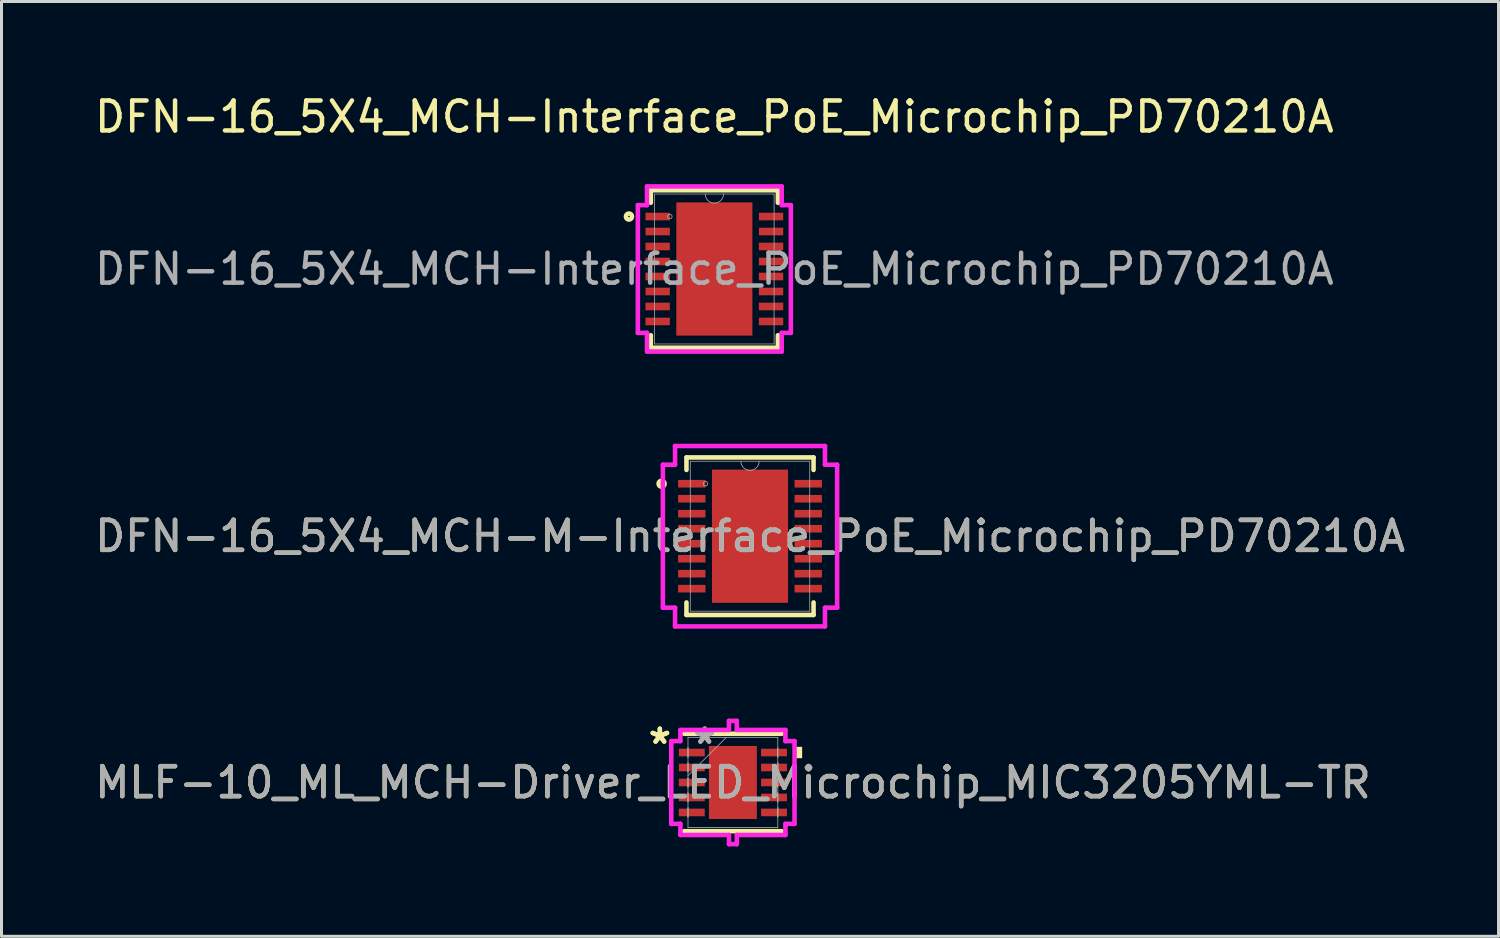
<source format=kicad_pcb>
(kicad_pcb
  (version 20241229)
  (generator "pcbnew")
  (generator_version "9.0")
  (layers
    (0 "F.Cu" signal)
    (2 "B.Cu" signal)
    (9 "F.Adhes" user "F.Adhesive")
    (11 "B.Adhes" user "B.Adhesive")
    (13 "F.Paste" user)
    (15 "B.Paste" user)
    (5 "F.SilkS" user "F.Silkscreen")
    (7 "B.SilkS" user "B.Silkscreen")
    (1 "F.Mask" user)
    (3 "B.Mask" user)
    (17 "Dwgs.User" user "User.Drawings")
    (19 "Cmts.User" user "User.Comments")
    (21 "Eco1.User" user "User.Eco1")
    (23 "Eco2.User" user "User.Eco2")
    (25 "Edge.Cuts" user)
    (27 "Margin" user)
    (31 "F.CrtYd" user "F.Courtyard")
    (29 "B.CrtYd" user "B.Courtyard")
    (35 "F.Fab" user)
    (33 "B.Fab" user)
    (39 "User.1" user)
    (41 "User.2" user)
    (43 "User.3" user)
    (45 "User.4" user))
  (footprint "MLF-10_ML_MCH-Driver_LED_Microchip_MIC3205YML-TR"
    (layer "F.Cu")
    (at 21.411 23.066)
    (property "Reference" "MLF-10_ML_MCH-Driver_LED_Microchip_MIC3205YML-TR" (at 0 0 0) (unlocked yes) (layer "F.SilkS") (effects (font (size 1 1) (thickness 0.15))))
    (attr smd)
    (fp_line (start -1.626 1.626) (end 1.626 1.626) (stroke (width 0.152) (type solid)) (layer "F.SilkS"))
    (fp_line (start 1.626 -1.626) (end -1.626 -1.626) (stroke (width 0.152) (type solid)) (layer "F.SilkS"))
    (fp_poly (pts (xy 2.311 -1.191) (xy 2.311 -0.81) (xy 2.057 -0.81) (xy 2.057 -1.191)) (stroke (width 0) (type solid)) (fill yes) (layer "F.SilkS"))
    (fp_line (start -2.057 -1.381) (end -1.753 -1.381) (stroke (width 0.152) (type solid)) (layer "F.CrtYd"))
    (fp_line (start -2.057 1.381) (end -2.057 -1.381) (stroke (width 0.152) (type solid)) (layer "F.CrtYd"))
    (fp_line (start -1.753 -1.753) (end -0.131 -1.753) (stroke (width 0.152) (type solid)) (layer "F.CrtYd"))
    (fp_line (start -1.753 -1.381) (end -1.753 -1.753) (stroke (width 0.152) (type solid)) (layer "F.CrtYd"))
    (fp_line (start -1.753 1.381) (end -2.057 1.381) (stroke (width 0.152) (type solid)) (layer "F.CrtYd"))
    (fp_line (start -1.753 1.753) (end -1.753 1.381) (stroke (width 0.152) (type solid)) (layer "F.CrtYd"))
    (fp_line (start -0.131 -2.057) (end 0.131 -2.057) (stroke (width 0.152) (type solid)) (layer "F.CrtYd"))
    (fp_line (start -0.131 -1.753) (end -0.131 -2.057) (stroke (width 0.152) (type solid)) (layer "F.CrtYd"))
    (fp_line (start -0.131 1.753) (end -1.753 1.753) (stroke (width 0.152) (type solid)) (layer "F.CrtYd"))
    (fp_line (start -0.131 2.057) (end -0.131 1.753) (stroke (width 0.152) (type solid)) (layer "F.CrtYd"))
    (fp_line (start 0.131 -2.057) (end 0.131 -1.753) (stroke (width 0.152) (type solid)) (layer "F.CrtYd"))
    (fp_line (start 0.131 -1.753) (end 1.753 -1.753) (stroke (width 0.152) (type solid)) (layer "F.CrtYd"))
    (fp_line (start 0.131 1.753) (end 0.131 2.057) (stroke (width 0.152) (type solid)) (layer "F.CrtYd"))
    (fp_line (start 0.131 2.057) (end -0.131 2.057) (stroke (width 0.152) (type solid)) (layer "F.CrtYd"))
    (fp_line (start 1.753 -1.753) (end 1.753 -1.381) (stroke (width 0.152) (type solid)) (layer "F.CrtYd"))
    (fp_line (start 1.753 -1.381) (end 2.057 -1.381) (stroke (width 0.152) (type solid)) (layer "F.CrtYd"))
    (fp_line (start 1.753 1.381) (end 1.753 1.753) (stroke (width 0.152) (type solid)) (layer "F.CrtYd"))
    (fp_line (start 1.753 1.753) (end 0.131 1.753) (stroke (width 0.152) (type solid)) (layer "F.CrtYd"))
    (fp_line (start 2.057 -1.381) (end 2.057 1.381) (stroke (width 0.152) (type solid)) (layer "F.CrtYd"))
    (fp_line (start 2.057 1.381) (end 1.753 1.381) (stroke (width 0.152) (type solid)) (layer "F.CrtYd"))
    (fp_line (start -1.499 -1.499) (end -1.499 -1.499) (stroke (width 0.025) (type solid)) (layer "F.Fab"))
    (fp_line (start -1.499 -1.499) (end -1.499 1.499) (stroke (width 0.025) (type solid)) (layer "F.Fab"))
    (fp_line (start -1.499 -1.152) (end -1.499 -1.152) (stroke (width 0.025) (type solid)) (layer "F.Fab"))
    (fp_line (start -1.499 -1.152) (end -1.499 -0.848) (stroke (width 0.025) (type solid)) (layer "F.Fab"))
    (fp_line (start -1.499 -0.848) (end -1.499 -1.152) (stroke (width 0.025) (type solid)) (layer "F.Fab"))
    (fp_line (start -1.499 -0.848) (end -1.499 -0.848) (stroke (width 0.025) (type solid)) (layer "F.Fab"))
    (fp_line (start -1.499 -0.652) (end -1.499 -0.652) (stroke (width 0.025) (type solid)) (layer "F.Fab"))
    (fp_line (start -1.499 -0.652) (end -1.499 -0.348) (stroke (width 0.025) (type solid)) (layer "F.Fab"))
    (fp_line (start -1.499 -0.348) (end -1.499 -0.652) (stroke (width 0.025) (type solid)) (layer "F.Fab"))
    (fp_line (start -1.499 -0.348) (end -1.499 -0.348) (stroke (width 0.025) (type solid)) (layer "F.Fab"))
    (fp_line (start -1.499 -0.229) (end -0.229 -1.499) (stroke (width 0.025) (type solid)) (layer "F.Fab"))
    (fp_line (start -1.499 -0.152) (end -1.499 -0.152) (stroke (width 0.025) (type solid)) (layer "F.Fab"))
    (fp_line (start -1.499 -0.152) (end -1.499 0.152) (stroke (width 0.025) (type solid)) (layer "F.Fab"))
    (fp_line (start -1.499 0.152) (end -1.499 -0.152) (stroke (width 0.025) (type solid)) (layer "F.Fab"))
    (fp_line (start -1.499 0.152) (end -1.499 0.152) (stroke (width 0.025) (type solid)) (layer "F.Fab"))
    (fp_line (start -1.499 0.348) (end -1.499 0.348) (stroke (width 0.025) (type solid)) (layer "F.Fab"))
    (fp_line (start -1.499 0.348) (end -1.499 0.652) (stroke (width 0.025) (type solid)) (layer "F.Fab"))
    (fp_line (start -1.499 0.652) (end -1.499 0.348) (stroke (width 0.025) (type solid)) (layer "F.Fab"))
    (fp_line (start -1.499 0.652) (end -1.499 0.652) (stroke (width 0.025) (type solid)) (layer "F.Fab"))
    (fp_line (start -1.499 0.848) (end -1.499 0.848) (stroke (width 0.025) (type solid)) (layer "F.Fab"))
    (fp_line (start -1.499 0.848) (end -1.499 1.152) (stroke (width 0.025) (type solid)) (layer "F.Fab"))
    (fp_line (start -1.499 1.152) (end -1.499 0.848) (stroke (width 0.025) (type solid)) (layer "F.Fab"))
    (fp_line (start -1.499 1.152) (end -1.499 1.152) (stroke (width 0.025) (type solid)) (layer "F.Fab"))
    (fp_line (start -1.499 1.499) (end -1.499 1.499) (stroke (width 0.025) (type solid)) (layer "F.Fab"))
    (fp_line (start -1.499 1.499) (end 1.499 1.499) (stroke (width 0.025) (type solid)) (layer "F.Fab"))
    (fp_line (start 1.499 -1.499) (end -1.499 -1.499) (stroke (width 0.025) (type solid)) (layer "F.Fab"))
    (fp_line (start 1.499 -1.499) (end 1.499 -1.499) (stroke (width 0.025) (type solid)) (layer "F.Fab"))
    (fp_line (start 1.499 -1.152) (end 1.499 -1.152) (stroke (width 0.025) (type solid)) (layer "F.Fab"))
    (fp_line (start 1.499 -1.152) (end 1.499 -0.848) (stroke (width 0.025) (type solid)) (layer "F.Fab"))
    (fp_line (start 1.499 -0.848) (end 1.499 -1.152) (stroke (width 0.025) (type solid)) (layer "F.Fab"))
    (fp_line (start 1.499 -0.848) (end 1.499 -0.848) (stroke (width 0.025) (type solid)) (layer "F.Fab"))
    (fp_line (start 1.499 -0.652) (end 1.499 -0.652) (stroke (width 0.025) (type solid)) (layer "F.Fab"))
    (fp_line (start 1.499 -0.652) (end 1.499 -0.348) (stroke (width 0.025) (type solid)) (layer "F.Fab"))
    (fp_line (start 1.499 -0.348) (end 1.499 -0.652) (stroke (width 0.025) (type solid)) (layer "F.Fab"))
    (fp_line (start 1.499 -0.348) (end 1.499 -0.348) (stroke (width 0.025) (type solid)) (layer "F.Fab"))
    (fp_line (start 1.499 -0.152) (end 1.499 -0.152) (stroke (width 0.025) (type solid)) (layer "F.Fab"))
    (fp_line (start 1.499 -0.152) (end 1.499 0.152) (stroke (width 0.025) (type solid)) (layer "F.Fab"))
    (fp_line (start 1.499 0.152) (end 1.499 -0.152) (stroke (width 0.025) (type solid)) (layer "F.Fab"))
    (fp_line (start 1.499 0.152) (end 1.499 0.152) (stroke (width 0.025) (type solid)) (layer "F.Fab"))
    (fp_line (start 1.499 0.348) (end 1.499 0.348) (stroke (width 0.025) (type solid)) (layer "F.Fab"))
    (fp_line (start 1.499 0.348) (end 1.499 0.652) (stroke (width 0.025) (type solid)) (layer "F.Fab"))
    (fp_line (start 1.499 0.652) (end 1.499 0.348) (stroke (width 0.025) (type solid)) (layer "F.Fab"))
    (fp_line (start 1.499 0.652) (end 1.499 0.652) (stroke (width 0.025) (type solid)) (layer "F.Fab"))
    (fp_line (start 1.499 0.848) (end 1.499 0.848) (stroke (width 0.025) (type solid)) (layer "F.Fab"))
    (fp_line (start 1.499 0.848) (end 1.499 1.152) (stroke (width 0.025) (type solid)) (layer "F.Fab"))
    (fp_line (start 1.499 1.152) (end 1.499 0.848) (stroke (width 0.025) (type solid)) (layer "F.Fab"))
    (fp_line (start 1.499 1.152) (end 1.499 1.152) (stroke (width 0.025) (type solid)) (layer "F.Fab"))
    (fp_line (start 1.499 1.499) (end 1.499 -1.499) (stroke (width 0.025) (type solid)) (layer "F.Fab"))
    (fp_line (start 1.499 1.499) (end 1.499 1.499) (stroke (width 0.025) (type solid)) (layer "F.Fab"))
    (fp_text user "*" (at -2.438 -1.25 0) (unlocked yes) (layer "F.SilkS") (effects (font (size 1 1) (thickness 0.15))))
    (fp_text user "*" (at -2.438 -1.25 0) (layer "F.SilkS") (effects (font (size 1 1) (thickness 0.15))))
    (fp_text user "${REFERENCE}" (at 0 0 0) (unlocked yes) (layer "F.Fab") (effects (font (size 1 1) (thickness 0.15))))
    (fp_text user "*" (at -0.94 -1.25 0) (layer "F.Fab") (effects (font (size 1 1) (thickness 0.15))))
    (fp_text user "*" (at -0.94 -1.25 0) (unlocked yes) (layer "F.Fab") (effects (font (size 1 1) (thickness 0.15))))
    (pad "1" smd rect (at -1.372 -1 90) (size 0.254 0.864) (layers "F.Cu" "F.Mask" "F.Paste"))
    (pad "2" smd rect (at -1.372 -0.5 90) (size 0.254 0.864) (layers "F.Cu" "F.Mask" "F.Paste"))
    (pad "3" smd rect (at -1.372 0 90) (size 0.254 0.864) (layers "F.Cu" "F.Mask" "F.Paste"))
    (pad "4" smd rect (at -1.372 0.5 90) (size 0.254 0.864) (layers "F.Cu" "F.Mask" "F.Paste"))
    (pad "5" smd rect (at -1.372 1 90) (size 0.254 0.864) (layers "F.Cu" "F.Mask" "F.Paste"))
    (pad "6" smd rect (at 1.372 1 90) (size 0.254 0.864) (layers "F.Cu" "F.Mask" "F.Paste"))
    (pad "7" smd rect (at 1.372 0.5 90) (size 0.254 0.864) (layers "F.Cu" "F.Mask" "F.Paste"))
    (pad "8" smd rect (at 1.372 0 90) (size 0.254 0.864) (layers "F.Cu" "F.Mask" "F.Paste"))
    (pad "9" smd rect (at 1.372 -0.5 90) (size 0.254 0.864) (layers "F.Cu" "F.Mask" "F.Paste"))
    (pad "10" smd rect (at 1.372 -1 90) (size 0.254 0.864) (layers "F.Cu" "F.Mask" "F.Paste"))
    (pad "11" smd rect (at 0 0) (size 1.6 2.438) (layers "F.Cu" "F.Mask" "F.Paste")))
  (footprint "DFN-16_5X4_MCH-M-Interface_PoE_Microchip_PD70210A"
    (layer "F.Cu")
    (at 21.982 14.846)
    (property "Reference" "DFN-16_5X4_MCH-M-Interface_PoE_Microchip_PD70210A" (at 0 0 0) (unlocked yes) (layer "F.SilkS") (effects (font (size 1 1) (thickness 0.15))))
    (attr smd)
    (fp_line (start -2.121 -2.629) (end -2.121 -2.211) (stroke (width 0.152) (type solid)) (layer "F.SilkS"))
    (fp_line (start -2.121 2.211) (end -2.121 2.629) (stroke (width 0.152) (type solid)) (layer "F.SilkS"))
    (fp_line (start -2.121 2.629) (end 2.121 2.629) (stroke (width 0.152) (type solid)) (layer "F.SilkS"))
    (fp_line (start 2.121 -2.629) (end -2.121 -2.629) (stroke (width 0.152) (type solid)) (layer "F.SilkS"))
    (fp_line (start 2.121 -2.211) (end 2.121 -2.629) (stroke (width 0.152) (type solid)) (layer "F.SilkS"))
    (fp_line (start 2.121 2.629) (end 2.121 2.211) (stroke (width 0.152) (type solid)) (layer "F.SilkS"))
    (fp_circle (center -2.951 -1.751) (end -2.85 -1.751) (stroke (width 0.152) (type solid)) (fill no) (layer "F.SilkS"))
    (fp_poly (pts (xy -1.17 -2.123) (xy -1.17 -0.841) (xy -0.1 -0.841) (xy -0.1 -2.123)) (stroke (width 0) (type solid)) (fill yes) (layer "F.Paste"))
    (fp_poly (pts (xy -1.17 -0.641) (xy -1.17 0.641) (xy -0.1 0.641) (xy -0.1 -0.641)) (stroke (width 0) (type solid)) (fill yes) (layer "F.Paste"))
    (fp_poly (pts (xy -1.17 0.841) (xy -1.17 2.123) (xy -0.1 2.123) (xy -0.1 0.841)) (stroke (width 0) (type solid)) (fill yes) (layer "F.Paste"))
    (fp_poly (pts (xy 0.1 -2.123) (xy 0.1 -0.841) (xy 1.17 -0.841) (xy 1.17 -2.123)) (stroke (width 0) (type solid)) (fill yes) (layer "F.Paste"))
    (fp_poly (pts (xy 0.1 -0.641) (xy 0.1 0.641) (xy 1.17 0.641) (xy 1.17 -0.641)) (stroke (width 0) (type solid)) (fill yes) (layer "F.Paste"))
    (fp_poly (pts (xy 0.1 0.841) (xy 0.1 2.123) (xy 1.17 2.123) (xy 1.17 0.841)) (stroke (width 0) (type solid)) (fill yes) (layer "F.Paste"))
    (fp_line (start -2.908 -2.386) (end -2.502 -2.386) (stroke (width 0.152) (type solid)) (layer "F.CrtYd"))
    (fp_line (start -2.908 2.386) (end -2.908 -2.386) (stroke (width 0.152) (type solid)) (layer "F.CrtYd"))
    (fp_line (start -2.908 2.386) (end -2.502 2.386) (stroke (width 0.152) (type solid)) (layer "F.CrtYd"))
    (fp_line (start -2.502 -3.01) (end 2.502 -3.01) (stroke (width 0.152) (type solid)) (layer "F.CrtYd"))
    (fp_line (start -2.502 -2.386) (end -2.502 -3.01) (stroke (width 0.152) (type solid)) (layer "F.CrtYd"))
    (fp_line (start -2.502 3.01) (end -2.502 2.386) (stroke (width 0.152) (type solid)) (layer "F.CrtYd"))
    (fp_line (start 2.502 -3.01) (end 2.502 -2.386) (stroke (width 0.152) (type solid)) (layer "F.CrtYd"))
    (fp_line (start 2.502 2.386) (end 2.502 3.01) (stroke (width 0.152) (type solid)) (layer "F.CrtYd"))
    (fp_line (start 2.502 3.01) (end -2.502 3.01) (stroke (width 0.152) (type solid)) (layer "F.CrtYd"))
    (fp_line (start 2.908 -2.386) (end 2.502 -2.386) (stroke (width 0.152) (type solid)) (layer "F.CrtYd"))
    (fp_line (start 2.908 -2.386) (end 2.908 2.386) (stroke (width 0.152) (type solid)) (layer "F.CrtYd"))
    (fp_line (start 2.908 2.386) (end 2.502 2.386) (stroke (width 0.152) (type solid)) (layer "F.CrtYd"))
    (fp_line (start -1.994 -2.502) (end -1.994 2.502) (stroke (width 0.025) (type solid)) (layer "F.Fab"))
    (fp_line (start -1.994 2.502) (end 1.994 2.502) (stroke (width 0.025) (type solid)) (layer "F.Fab"))
    (fp_line (start 1.994 -2.502) (end -1.994 -2.502) (stroke (width 0.025) (type solid)) (layer "F.Fab"))
    (fp_line (start 1.994 2.502) (end 1.994 -2.502) (stroke (width 0.025) (type solid)) (layer "F.Fab"))
    (fp_arc (start 0.3048 -2.5019) (mid 0 -2.1971) (end -0.3048 -2.5019) (stroke (width 0.0254) (type solid)) (layer "F.Fab"))
    (fp_circle (center -1.486 -1.751) (end -1.41 -1.751) (stroke (width 0.025) (type solid)) (fill no) (layer "F.Fab"))
    (fp_text user "${REFERENCE}" (at 0 0 0) (unlocked yes) (layer "F.Fab") (effects (font (size 1 1) (thickness 0.15))))
    (pad "1" smd rect (at -1.943 -1.751) (size 0.914 0.254) (layers "F.Cu" "F.Mask" "F.Paste"))
    (pad "2" smd rect (at -1.943 -1.251) (size 0.914 0.254) (layers "F.Cu" "F.Mask" "F.Paste"))
    (pad "3" smd rect (at -1.943 -0.751) (size 0.914 0.254) (layers "F.Cu" "F.Mask" "F.Paste"))
    (pad "4" smd rect (at -1.943 -0.25) (size 0.914 0.254) (layers "F.Cu" "F.Mask" "F.Paste"))
    (pad "5" smd rect (at -1.943 0.25) (size 0.914 0.254) (layers "F.Cu" "F.Mask" "F.Paste"))
    (pad "6" smd rect (at -1.943 0.751) (size 0.914 0.254) (layers "F.Cu" "F.Mask" "F.Paste"))
    (pad "7" smd rect (at -1.943 1.251) (size 0.914 0.254) (layers "F.Cu" "F.Mask" "F.Paste"))
    (pad "8" smd rect (at -1.943 1.751) (size 0.914 0.254) (layers "F.Cu" "F.Mask" "F.Paste"))
    (pad "9" smd rect (at 1.943 1.751) (size 0.914 0.254) (layers "F.Cu" "F.Mask" "F.Paste"))
    (pad "10" smd rect (at 1.943 1.251) (size 0.914 0.254) (layers "F.Cu" "F.Mask" "F.Paste"))
    (pad "11" smd rect (at 1.943 0.751) (size 0.914 0.254) (layers "F.Cu" "F.Mask" "F.Paste"))
    (pad "12" smd rect (at 1.943 0.25) (size 0.914 0.254) (layers "F.Cu" "F.Mask" "F.Paste"))
    (pad "13" smd rect (at 1.943 -0.25) (size 0.914 0.254) (layers "F.Cu" "F.Mask" "F.Paste"))
    (pad "14" smd rect (at 1.943 -0.751) (size 0.914 0.254) (layers "F.Cu" "F.Mask" "F.Paste"))
    (pad "15" smd rect (at 1.943 -1.251) (size 0.914 0.254) (layers "F.Cu" "F.Mask" "F.Paste"))
    (pad "16" smd rect (at 1.943 -1.751) (size 0.914 0.254) (layers "F.Cu" "F.Mask" "F.Paste"))
    (pad "17" smd rect (at 0 0) (size 2.54 4.445) (layers "F.Cu" "F.Mask" "F.Paste")))
  (footprint "DFN-16_5X4_MCH-Interface_PoE_Microchip_PD70210A"
    (layer "F.Cu")
    (at 20.792 5.928)
    (property "Reference" "DFN-16_5X4_MCH-Interface_PoE_Microchip_PD70210A" (at 0 -5.08 0) (unlocked yes) (layer "F.SilkS") (effects (font (size 1 1) (thickness 0.15))))
    (attr smd)
    (fp_line (start -2.121 -2.629) (end -2.121 -2.211) (stroke (width 0.152) (type solid)) (layer "F.SilkS"))
    (fp_line (start -2.121 2.211) (end -2.121 2.629) (stroke (width 0.152) (type solid)) (layer "F.SilkS"))
    (fp_line (start -2.121 2.629) (end 2.121 2.629) (stroke (width 0.152) (type solid)) (layer "F.SilkS"))
    (fp_line (start 2.121 -2.629) (end -2.121 -2.629) (stroke (width 0.152) (type solid)) (layer "F.SilkS"))
    (fp_line (start 2.121 -2.211) (end 2.121 -2.629) (stroke (width 0.152) (type solid)) (layer "F.SilkS"))
    (fp_line (start 2.121 2.629) (end 2.121 2.211) (stroke (width 0.152) (type solid)) (layer "F.SilkS"))
    (fp_circle (center -2.85 -1.751) (end -2.748 -1.751) (stroke (width 0.152) (type solid)) (fill no) (layer "F.SilkS"))
    (fp_poly (pts (xy -1.17 -2.123) (xy -1.17 -0.841) (xy -0.1 -0.841) (xy -0.1 -2.123)) (stroke (width 0) (type solid)) (fill yes) (layer "F.Paste"))
    (fp_poly (pts (xy -1.17 -0.641) (xy -1.17 0.641) (xy -0.1 0.641) (xy -0.1 -0.641)) (stroke (width 0) (type solid)) (fill yes) (layer "F.Paste"))
    (fp_poly (pts (xy -1.17 0.841) (xy -1.17 2.123) (xy -0.1 2.123) (xy -0.1 0.841)) (stroke (width 0) (type solid)) (fill yes) (layer "F.Paste"))
    (fp_poly (pts (xy 0.1 -2.123) (xy 0.1 -0.841) (xy 1.17 -0.841) (xy 1.17 -2.123)) (stroke (width 0) (type solid)) (fill yes) (layer "F.Paste"))
    (fp_poly (pts (xy 0.1 -0.641) (xy 0.1 0.641) (xy 1.17 0.641) (xy 1.17 -0.641)) (stroke (width 0) (type solid)) (fill yes) (layer "F.Paste"))
    (fp_poly (pts (xy 0.1 0.841) (xy 0.1 2.123) (xy 1.17 2.123) (xy 1.17 0.841)) (stroke (width 0) (type solid)) (fill yes) (layer "F.Paste"))
    (fp_line (start -2.553 -2.132) (end -2.248 -2.132) (stroke (width 0.152) (type solid)) (layer "F.CrtYd"))
    (fp_line (start -2.553 2.132) (end -2.553 -2.132) (stroke (width 0.152) (type solid)) (layer "F.CrtYd"))
    (fp_line (start -2.553 2.132) (end -2.248 2.132) (stroke (width 0.152) (type solid)) (layer "F.CrtYd"))
    (fp_line (start -2.248 -2.756) (end 2.248 -2.756) (stroke (width 0.152) (type solid)) (layer "F.CrtYd"))
    (fp_line (start -2.248 -2.132) (end -2.248 -2.756) (stroke (width 0.152) (type solid)) (layer "F.CrtYd"))
    (fp_line (start -2.248 2.756) (end -2.248 2.132) (stroke (width 0.152) (type solid)) (layer "F.CrtYd"))
    (fp_line (start 2.248 -2.756) (end 2.248 -2.132) (stroke (width 0.152) (type solid)) (layer "F.CrtYd"))
    (fp_line (start 2.248 2.132) (end 2.248 2.756) (stroke (width 0.152) (type solid)) (layer "F.CrtYd"))
    (fp_line (start 2.248 2.756) (end -2.248 2.756) (stroke (width 0.152) (type solid)) (layer "F.CrtYd"))
    (fp_line (start 2.553 -2.132) (end 2.248 -2.132) (stroke (width 0.152) (type solid)) (layer "F.CrtYd"))
    (fp_line (start 2.553 -2.132) (end 2.553 2.132) (stroke (width 0.152) (type solid)) (layer "F.CrtYd"))
    (fp_line (start 2.553 2.132) (end 2.248 2.132) (stroke (width 0.152) (type solid)) (layer "F.CrtYd"))
    (fp_line (start -1.994 -2.502) (end -1.994 2.502) (stroke (width 0.025) (type solid)) (layer "F.Fab"))
    (fp_line (start -1.994 2.502) (end 1.994 2.502) (stroke (width 0.025) (type solid)) (layer "F.Fab"))
    (fp_line (start 1.994 -2.502) (end -1.994 -2.502) (stroke (width 0.025) (type solid)) (layer "F.Fab"))
    (fp_line (start 1.994 2.502) (end 1.994 -2.502) (stroke (width 0.025) (type solid)) (layer "F.Fab"))
    (fp_arc (start 0.3048 -2.5019) (mid 0 -2.1971) (end -0.3048 -2.5019) (stroke (width 0.0254) (type solid)) (layer "F.Fab"))
    (fp_circle (center -1.486 -1.751) (end -1.41 -1.751) (stroke (width 0.025) (type solid)) (fill no) (layer "F.Fab"))
    (fp_text user "${REFERENCE}" (at 0 0 0) (unlocked yes) (layer "F.Fab") (effects (font (size 1 1) (thickness 0.15))))
    (pad "1" smd rect (at -1.892 -1.751) (size 0.813 0.254) (layers "F.Cu" "F.Mask" "F.Paste"))
    (pad "2" smd rect (at -1.892 -1.251) (size 0.813 0.254) (layers "F.Cu" "F.Mask" "F.Paste"))
    (pad "3" smd rect (at -1.892 -0.751) (size 0.813 0.254) (layers "F.Cu" "F.Mask" "F.Paste"))
    (pad "4" smd rect (at -1.892 -0.25) (size 0.813 0.254) (layers "F.Cu" "F.Mask" "F.Paste"))
    (pad "5" smd rect (at -1.892 0.25) (size 0.813 0.254) (layers "F.Cu" "F.Mask" "F.Paste"))
    (pad "6" smd rect (at -1.892 0.751) (size 0.813 0.254) (layers "F.Cu" "F.Mask" "F.Paste"))
    (pad "7" smd rect (at -1.892 1.251) (size 0.813 0.254) (layers "F.Cu" "F.Mask" "F.Paste"))
    (pad "8" smd rect (at -1.892 1.751) (size 0.813 0.254) (layers "F.Cu" "F.Mask" "F.Paste"))
    (pad "9" smd rect (at 1.892 1.751) (size 0.813 0.254) (layers "F.Cu" "F.Mask" "F.Paste"))
    (pad "10" smd rect (at 1.892 1.251) (size 0.813 0.254) (layers "F.Cu" "F.Mask" "F.Paste"))
    (pad "11" smd rect (at 1.892 0.751) (size 0.813 0.254) (layers "F.Cu" "F.Mask" "F.Paste"))
    (pad "12" smd rect (at 1.892 0.25) (size 0.813 0.254) (layers "F.Cu" "F.Mask" "F.Paste"))
    (pad "13" smd rect (at 1.892 -0.25) (size 0.813 0.254) (layers "F.Cu" "F.Mask" "F.Paste"))
    (pad "14" smd rect (at 1.892 -0.751) (size 0.813 0.254) (layers "F.Cu" "F.Mask" "F.Paste"))
    (pad "15" smd rect (at 1.892 -1.251) (size 0.813 0.254) (layers "F.Cu" "F.Mask" "F.Paste"))
    (pad "16" smd rect (at 1.892 -1.751) (size 0.813 0.254) (layers "F.Cu" "F.Mask" "F.Paste"))
    (pad "17" smd rect (at 0 0) (size 2.54 4.445) (layers "F.Cu" "F.Mask" "F.Paste")))
  (gr_rect
    (start -3 -3)
    (end 46.964 28.2)
    (stroke (width 0.1) (type default))
    (fill no)
    (layer "Edge.Cuts")))
</source>
